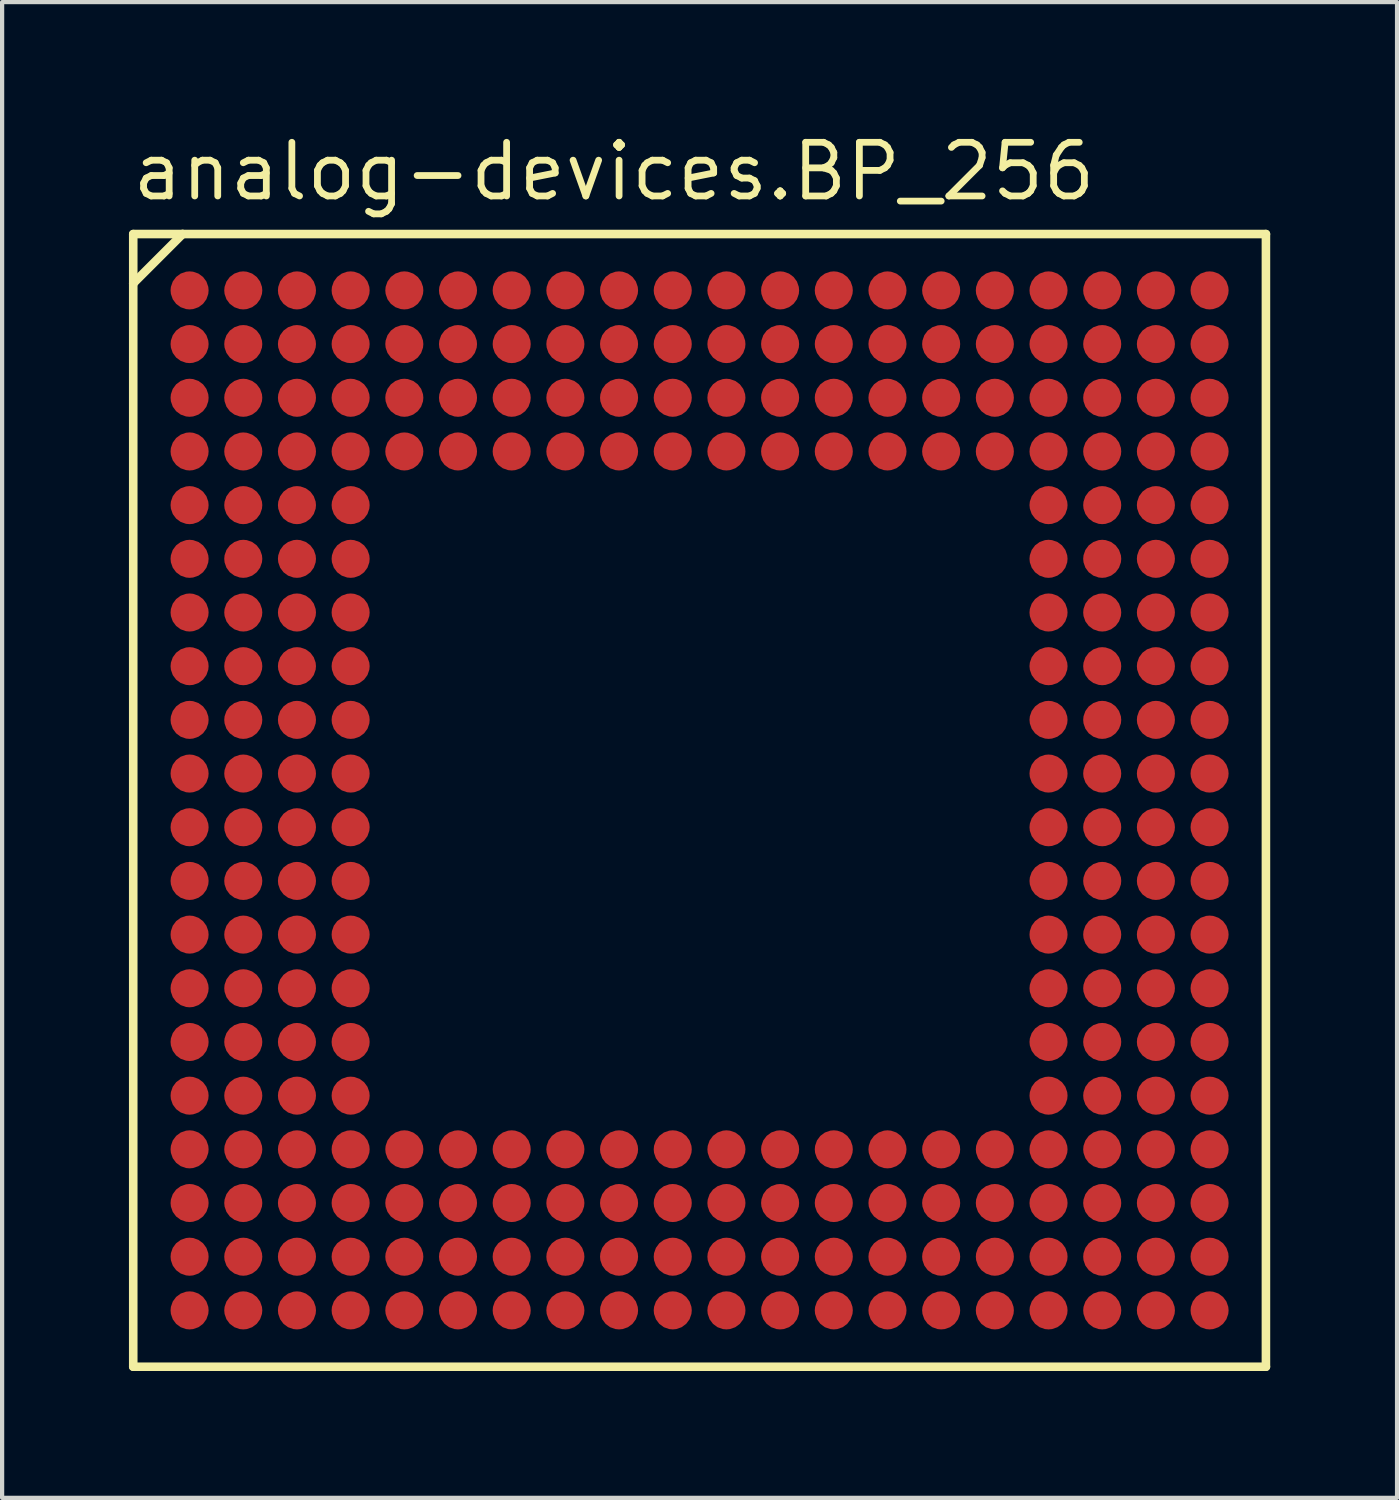
<source format=kicad_pcb>
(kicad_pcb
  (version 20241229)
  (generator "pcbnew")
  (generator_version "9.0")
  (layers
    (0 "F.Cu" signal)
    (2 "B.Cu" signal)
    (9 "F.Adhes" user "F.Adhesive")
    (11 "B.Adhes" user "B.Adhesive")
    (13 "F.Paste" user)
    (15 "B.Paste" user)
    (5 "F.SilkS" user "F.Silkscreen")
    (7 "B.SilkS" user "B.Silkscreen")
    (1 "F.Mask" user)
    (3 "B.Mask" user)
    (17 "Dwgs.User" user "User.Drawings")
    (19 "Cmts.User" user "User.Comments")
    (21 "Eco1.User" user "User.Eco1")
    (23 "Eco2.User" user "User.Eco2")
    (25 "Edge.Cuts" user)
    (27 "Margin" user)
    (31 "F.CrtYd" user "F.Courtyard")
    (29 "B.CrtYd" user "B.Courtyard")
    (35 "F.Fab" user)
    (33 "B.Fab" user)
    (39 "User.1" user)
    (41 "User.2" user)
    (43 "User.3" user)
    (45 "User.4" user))
  (footprint "analog-devices.BP_256"
    (layer "F.Cu")
    (at 13.5 15.885)
    (property "Reference" "analog-devices.BP_256" (at -13.5 -14.135 0) (layer "F.SilkS") (effects (font (size 1.27 1.27) (thickness 0.16)) (justify left bottom)))
    (attr smd)
    (fp_circle (center -12.065 -12.065) (end -11.715 -12.065) (stroke (width 0.1) (type default)) (fill no) (layer "F.Mask"))
    (fp_circle (center -12.065 -10.795) (end -11.715 -10.795) (stroke (width 0.1) (type default)) (fill no) (layer "F.Mask"))
    (fp_circle (center -12.065 -9.525) (end -11.715 -9.525) (stroke (width 0.1) (type default)) (fill no) (layer "F.Mask"))
    (fp_circle (center -12.065 -8.255) (end -11.715 -8.255) (stroke (width 0.1) (type default)) (fill no) (layer "F.Mask"))
    (fp_circle (center -12.065 -6.985) (end -11.715 -6.985) (stroke (width 0.1) (type default)) (fill no) (layer "F.Mask"))
    (fp_circle (center -12.065 -5.715) (end -11.715 -5.715) (stroke (width 0.1) (type default)) (fill no) (layer "F.Mask"))
    (fp_circle (center -12.065 -4.445) (end -11.715 -4.445) (stroke (width 0.1) (type default)) (fill no) (layer "F.Mask"))
    (fp_circle (center -12.065 -3.175) (end -11.715 -3.175) (stroke (width 0.1) (type default)) (fill no) (layer "F.Mask"))
    (fp_circle (center -12.065 -1.905) (end -11.715 -1.905) (stroke (width 0.1) (type default)) (fill no) (layer "F.Mask"))
    (fp_circle (center -12.065 -0.635) (end -11.715 -0.635) (stroke (width 0.1) (type default)) (fill no) (layer "F.Mask"))
    (fp_circle (center -12.065 0.635) (end -11.715 0.635) (stroke (width 0.1) (type default)) (fill no) (layer "F.Mask"))
    (fp_circle (center -12.065 1.905) (end -11.715 1.905) (stroke (width 0.1) (type default)) (fill no) (layer "F.Mask"))
    (fp_circle (center -12.065 3.175) (end -11.715 3.175) (stroke (width 0.1) (type default)) (fill no) (layer "F.Mask"))
    (fp_circle (center -12.065 4.445) (end -11.715 4.445) (stroke (width 0.1) (type default)) (fill no) (layer "F.Mask"))
    (fp_circle (center -12.065 5.715) (end -11.715 5.715) (stroke (width 0.1) (type default)) (fill no) (layer "F.Mask"))
    (fp_circle (center -12.065 6.985) (end -11.715 6.985) (stroke (width 0.1) (type default)) (fill no) (layer "F.Mask"))
    (fp_circle (center -12.065 8.255) (end -11.715 8.255) (stroke (width 0.1) (type default)) (fill no) (layer "F.Mask"))
    (fp_circle (center -12.065 9.525) (end -11.715 9.525) (stroke (width 0.1) (type default)) (fill no) (layer "F.Mask"))
    (fp_circle (center -12.065 10.795) (end -11.715 10.795) (stroke (width 0.1) (type default)) (fill no) (layer "F.Mask"))
    (fp_circle (center -12.065 12.065) (end -11.715 12.065) (stroke (width 0.1) (type default)) (fill no) (layer "F.Mask"))
    (fp_circle (center -10.795 -12.065) (end -10.445 -12.065) (stroke (width 0.1) (type default)) (fill no) (layer "F.Mask"))
    (fp_circle (center -10.795 -10.795) (end -10.445 -10.795) (stroke (width 0.1) (type default)) (fill no) (layer "F.Mask"))
    (fp_circle (center -10.795 -9.525) (end -10.445 -9.525) (stroke (width 0.1) (type default)) (fill no) (layer "F.Mask"))
    (fp_circle (center -10.795 -8.255) (end -10.445 -8.255) (stroke (width 0.1) (type default)) (fill no) (layer "F.Mask"))
    (fp_circle (center -10.795 -6.985) (end -10.445 -6.985) (stroke (width 0.1) (type default)) (fill no) (layer "F.Mask"))
    (fp_circle (center -10.795 -5.715) (end -10.445 -5.715) (stroke (width 0.1) (type default)) (fill no) (layer "F.Mask"))
    (fp_circle (center -10.795 -4.445) (end -10.445 -4.445) (stroke (width 0.1) (type default)) (fill no) (layer "F.Mask"))
    (fp_circle (center -10.795 -3.175) (end -10.445 -3.175) (stroke (width 0.1) (type default)) (fill no) (layer "F.Mask"))
    (fp_circle (center -10.795 -1.905) (end -10.445 -1.905) (stroke (width 0.1) (type default)) (fill no) (layer "F.Mask"))
    (fp_circle (center -10.795 -0.635) (end -10.445 -0.635) (stroke (width 0.1) (type default)) (fill no) (layer "F.Mask"))
    (fp_circle (center -10.795 0.635) (end -10.445 0.635) (stroke (width 0.1) (type default)) (fill no) (layer "F.Mask"))
    (fp_circle (center -10.795 1.905) (end -10.445 1.905) (stroke (width 0.1) (type default)) (fill no) (layer "F.Mask"))
    (fp_circle (center -10.795 3.175) (end -10.445 3.175) (stroke (width 0.1) (type default)) (fill no) (layer "F.Mask"))
    (fp_circle (center -10.795 4.445) (end -10.445 4.445) (stroke (width 0.1) (type default)) (fill no) (layer "F.Mask"))
    (fp_circle (center -10.795 5.715) (end -10.445 5.715) (stroke (width 0.1) (type default)) (fill no) (layer "F.Mask"))
    (fp_circle (center -10.795 6.985) (end -10.445 6.985) (stroke (width 0.1) (type default)) (fill no) (layer "F.Mask"))
    (fp_circle (center -10.795 8.255) (end -10.445 8.255) (stroke (width 0.1) (type default)) (fill no) (layer "F.Mask"))
    (fp_circle (center -10.795 9.525) (end -10.445 9.525) (stroke (width 0.1) (type default)) (fill no) (layer "F.Mask"))
    (fp_circle (center -10.795 10.795) (end -10.445 10.795) (stroke (width 0.1) (type default)) (fill no) (layer "F.Mask"))
    (fp_circle (center -10.795 12.065) (end -10.445 12.065) (stroke (width 0.1) (type default)) (fill no) (layer "F.Mask"))
    (fp_circle (center -9.525 -12.065) (end -9.175 -12.065) (stroke (width 0.1) (type default)) (fill no) (layer "F.Mask"))
    (fp_circle (center -9.525 -10.795) (end -9.175 -10.795) (stroke (width 0.1) (type default)) (fill no) (layer "F.Mask"))
    (fp_circle (center -9.525 -9.525) (end -9.175 -9.525) (stroke (width 0.1) (type default)) (fill no) (layer "F.Mask"))
    (fp_circle (center -9.525 -8.255) (end -9.175 -8.255) (stroke (width 0.1) (type default)) (fill no) (layer "F.Mask"))
    (fp_circle (center -9.525 -6.985) (end -9.175 -6.985) (stroke (width 0.1) (type default)) (fill no) (layer "F.Mask"))
    (fp_circle (center -9.525 -5.715) (end -9.175 -5.715) (stroke (width 0.1) (type default)) (fill no) (layer "F.Mask"))
    (fp_circle (center -9.525 -4.445) (end -9.175 -4.445) (stroke (width 0.1) (type default)) (fill no) (layer "F.Mask"))
    (fp_circle (center -9.525 -3.175) (end -9.175 -3.175) (stroke (width 0.1) (type default)) (fill no) (layer "F.Mask"))
    (fp_circle (center -9.525 -1.905) (end -9.175 -1.905) (stroke (width 0.1) (type default)) (fill no) (layer "F.Mask"))
    (fp_circle (center -9.525 -0.635) (end -9.175 -0.635) (stroke (width 0.1) (type default)) (fill no) (layer "F.Mask"))
    (fp_circle (center -9.525 0.635) (end -9.175 0.635) (stroke (width 0.1) (type default)) (fill no) (layer "F.Mask"))
    (fp_circle (center -9.525 1.905) (end -9.175 1.905) (stroke (width 0.1) (type default)) (fill no) (layer "F.Mask"))
    (fp_circle (center -9.525 3.175) (end -9.175 3.175) (stroke (width 0.1) (type default)) (fill no) (layer "F.Mask"))
    (fp_circle (center -9.525 4.445) (end -9.175 4.445) (stroke (width 0.1) (type default)) (fill no) (layer "F.Mask"))
    (fp_circle (center -9.525 5.715) (end -9.175 5.715) (stroke (width 0.1) (type default)) (fill no) (layer "F.Mask"))
    (fp_circle (center -9.525 6.985) (end -9.175 6.985) (stroke (width 0.1) (type default)) (fill no) (layer "F.Mask"))
    (fp_circle (center -9.525 8.255) (end -9.175 8.255) (stroke (width 0.1) (type default)) (fill no) (layer "F.Mask"))
    (fp_circle (center -9.525 9.525) (end -9.175 9.525) (stroke (width 0.1) (type default)) (fill no) (layer "F.Mask"))
    (fp_circle (center -9.525 10.795) (end -9.175 10.795) (stroke (width 0.1) (type default)) (fill no) (layer "F.Mask"))
    (fp_circle (center -9.525 12.065) (end -9.175 12.065) (stroke (width 0.1) (type default)) (fill no) (layer "F.Mask"))
    (fp_circle (center -8.255 -12.065) (end -7.905 -12.065) (stroke (width 0.1) (type default)) (fill no) (layer "F.Mask"))
    (fp_circle (center -8.255 -10.795) (end -7.905 -10.795) (stroke (width 0.1) (type default)) (fill no) (layer "F.Mask"))
    (fp_circle (center -8.255 -9.525) (end -7.905 -9.525) (stroke (width 0.1) (type default)) (fill no) (layer "F.Mask"))
    (fp_circle (center -8.255 -8.255) (end -7.905 -8.255) (stroke (width 0.1) (type default)) (fill no) (layer "F.Mask"))
    (fp_circle (center -8.255 -6.985) (end -7.905 -6.985) (stroke (width 0.1) (type default)) (fill no) (layer "F.Mask"))
    (fp_circle (center -8.255 -5.715) (end -7.905 -5.715) (stroke (width 0.1) (type default)) (fill no) (layer "F.Mask"))
    (fp_circle (center -8.255 -4.445) (end -7.905 -4.445) (stroke (width 0.1) (type default)) (fill no) (layer "F.Mask"))
    (fp_circle (center -8.255 -3.175) (end -7.905 -3.175) (stroke (width 0.1) (type default)) (fill no) (layer "F.Mask"))
    (fp_circle (center -8.255 -1.905) (end -7.905 -1.905) (stroke (width 0.1) (type default)) (fill no) (layer "F.Mask"))
    (fp_circle (center -8.255 -0.635) (end -7.905 -0.635) (stroke (width 0.1) (type default)) (fill no) (layer "F.Mask"))
    (fp_circle (center -8.255 0.635) (end -7.905 0.635) (stroke (width 0.1) (type default)) (fill no) (layer "F.Mask"))
    (fp_circle (center -8.255 1.905) (end -7.905 1.905) (stroke (width 0.1) (type default)) (fill no) (layer "F.Mask"))
    (fp_circle (center -8.255 3.175) (end -7.905 3.175) (stroke (width 0.1) (type default)) (fill no) (layer "F.Mask"))
    (fp_circle (center -8.255 4.445) (end -7.905 4.445) (stroke (width 0.1) (type default)) (fill no) (layer "F.Mask"))
    (fp_circle (center -8.255 5.715) (end -7.905 5.715) (stroke (width 0.1) (type default)) (fill no) (layer "F.Mask"))
    (fp_circle (center -8.255 6.985) (end -7.905 6.985) (stroke (width 0.1) (type default)) (fill no) (layer "F.Mask"))
    (fp_circle (center -8.255 8.255) (end -7.905 8.255) (stroke (width 0.1) (type default)) (fill no) (layer "F.Mask"))
    (fp_circle (center -8.255 9.525) (end -7.905 9.525) (stroke (width 0.1) (type default)) (fill no) (layer "F.Mask"))
    (fp_circle (center -8.255 10.795) (end -7.905 10.795) (stroke (width 0.1) (type default)) (fill no) (layer "F.Mask"))
    (fp_circle (center -8.255 12.065) (end -7.905 12.065) (stroke (width 0.1) (type default)) (fill no) (layer "F.Mask"))
    (fp_circle (center -6.985 -12.065) (end -6.635 -12.065) (stroke (width 0.1) (type default)) (fill no) (layer "F.Mask"))
    (fp_circle (center -6.985 -10.795) (end -6.635 -10.795) (stroke (width 0.1) (type default)) (fill no) (layer "F.Mask"))
    (fp_circle (center -6.985 -9.525) (end -6.635 -9.525) (stroke (width 0.1) (type default)) (fill no) (layer "F.Mask"))
    (fp_circle (center -6.985 -8.255) (end -6.635 -8.255) (stroke (width 0.1) (type default)) (fill no) (layer "F.Mask"))
    (fp_circle (center -6.985 8.255) (end -6.635 8.255) (stroke (width 0.1) (type default)) (fill no) (layer "F.Mask"))
    (fp_circle (center -6.985 9.525) (end -6.635 9.525) (stroke (width 0.1) (type default)) (fill no) (layer "F.Mask"))
    (fp_circle (center -6.985 10.795) (end -6.635 10.795) (stroke (width 0.1) (type default)) (fill no) (layer "F.Mask"))
    (fp_circle (center -6.985 12.065) (end -6.635 12.065) (stroke (width 0.1) (type default)) (fill no) (layer "F.Mask"))
    (fp_circle (center -5.715 -12.065) (end -5.365 -12.065) (stroke (width 0.1) (type default)) (fill no) (layer "F.Mask"))
    (fp_circle (center -5.715 -10.795) (end -5.365 -10.795) (stroke (width 0.1) (type default)) (fill no) (layer "F.Mask"))
    (fp_circle (center -5.715 -9.525) (end -5.365 -9.525) (stroke (width 0.1) (type default)) (fill no) (layer "F.Mask"))
    (fp_circle (center -5.715 -8.255) (end -5.365 -8.255) (stroke (width 0.1) (type default)) (fill no) (layer "F.Mask"))
    (fp_circle (center -5.715 8.255) (end -5.365 8.255) (stroke (width 0.1) (type default)) (fill no) (layer "F.Mask"))
    (fp_circle (center -5.715 9.525) (end -5.365 9.525) (stroke (width 0.1) (type default)) (fill no) (layer "F.Mask"))
    (fp_circle (center -5.715 10.795) (end -5.365 10.795) (stroke (width 0.1) (type default)) (fill no) (layer "F.Mask"))
    (fp_circle (center -5.715 12.065) (end -5.365 12.065) (stroke (width 0.1) (type default)) (fill no) (layer "F.Mask"))
    (fp_circle (center -4.445 -12.065) (end -4.095 -12.065) (stroke (width 0.1) (type default)) (fill no) (layer "F.Mask"))
    (fp_circle (center -4.445 -10.795) (end -4.095 -10.795) (stroke (width 0.1) (type default)) (fill no) (layer "F.Mask"))
    (fp_circle (center -4.445 -9.525) (end -4.095 -9.525) (stroke (width 0.1) (type default)) (fill no) (layer "F.Mask"))
    (fp_circle (center -4.445 -8.255) (end -4.095 -8.255) (stroke (width 0.1) (type default)) (fill no) (layer "F.Mask"))
    (fp_circle (center -4.445 8.255) (end -4.095 8.255) (stroke (width 0.1) (type default)) (fill no) (layer "F.Mask"))
    (fp_circle (center -4.445 9.525) (end -4.095 9.525) (stroke (width 0.1) (type default)) (fill no) (layer "F.Mask"))
    (fp_circle (center -4.445 10.795) (end -4.095 10.795) (stroke (width 0.1) (type default)) (fill no) (layer "F.Mask"))
    (fp_circle (center -4.445 12.065) (end -4.095 12.065) (stroke (width 0.1) (type default)) (fill no) (layer "F.Mask"))
    (fp_circle (center -3.175 -12.065) (end -2.825 -12.065) (stroke (width 0.1) (type default)) (fill no) (layer "F.Mask"))
    (fp_circle (center -3.175 -10.795) (end -2.825 -10.795) (stroke (width 0.1) (type default)) (fill no) (layer "F.Mask"))
    (fp_circle (center -3.175 -9.525) (end -2.825 -9.525) (stroke (width 0.1) (type default)) (fill no) (layer "F.Mask"))
    (fp_circle (center -3.175 -8.255) (end -2.825 -8.255) (stroke (width 0.1) (type default)) (fill no) (layer "F.Mask"))
    (fp_circle (center -3.175 8.255) (end -2.825 8.255) (stroke (width 0.1) (type default)) (fill no) (layer "F.Mask"))
    (fp_circle (center -3.175 9.525) (end -2.825 9.525) (stroke (width 0.1) (type default)) (fill no) (layer "F.Mask"))
    (fp_circle (center -3.175 10.795) (end -2.825 10.795) (stroke (width 0.1) (type default)) (fill no) (layer "F.Mask"))
    (fp_circle (center -3.175 12.065) (end -2.825 12.065) (stroke (width 0.1) (type default)) (fill no) (layer "F.Mask"))
    (fp_circle (center -1.905 -12.065) (end -1.555 -12.065) (stroke (width 0.1) (type default)) (fill no) (layer "F.Mask"))
    (fp_circle (center -1.905 -10.795) (end -1.555 -10.795) (stroke (width 0.1) (type default)) (fill no) (layer "F.Mask"))
    (fp_circle (center -1.905 -9.525) (end -1.555 -9.525) (stroke (width 0.1) (type default)) (fill no) (layer "F.Mask"))
    (fp_circle (center -1.905 -8.255) (end -1.555 -8.255) (stroke (width 0.1) (type default)) (fill no) (layer "F.Mask"))
    (fp_circle (center -1.905 8.255) (end -1.555 8.255) (stroke (width 0.1) (type default)) (fill no) (layer "F.Mask"))
    (fp_circle (center -1.905 9.525) (end -1.555 9.525) (stroke (width 0.1) (type default)) (fill no) (layer "F.Mask"))
    (fp_circle (center -1.905 10.795) (end -1.555 10.795) (stroke (width 0.1) (type default)) (fill no) (layer "F.Mask"))
    (fp_circle (center -1.905 12.065) (end -1.555 12.065) (stroke (width 0.1) (type default)) (fill no) (layer "F.Mask"))
    (fp_circle (center -0.635 -12.065) (end -0.285 -12.065) (stroke (width 0.1) (type default)) (fill no) (layer "F.Mask"))
    (fp_circle (center -0.635 -10.795) (end -0.285 -10.795) (stroke (width 0.1) (type default)) (fill no) (layer "F.Mask"))
    (fp_circle (center -0.635 -9.525) (end -0.285 -9.525) (stroke (width 0.1) (type default)) (fill no) (layer "F.Mask"))
    (fp_circle (center -0.635 -8.255) (end -0.285 -8.255) (stroke (width 0.1) (type default)) (fill no) (layer "F.Mask"))
    (fp_circle (center -0.635 8.255) (end -0.285 8.255) (stroke (width 0.1) (type default)) (fill no) (layer "F.Mask"))
    (fp_circle (center -0.635 9.525) (end -0.285 9.525) (stroke (width 0.1) (type default)) (fill no) (layer "F.Mask"))
    (fp_circle (center -0.635 10.795) (end -0.285 10.795) (stroke (width 0.1) (type default)) (fill no) (layer "F.Mask"))
    (fp_circle (center -0.635 12.065) (end -0.285 12.065) (stroke (width 0.1) (type default)) (fill no) (layer "F.Mask"))
    (fp_circle (center 0.635 -12.065) (end 0.985 -12.065) (stroke (width 0.1) (type default)) (fill no) (layer "F.Mask"))
    (fp_circle (center 0.635 -10.795) (end 0.985 -10.795) (stroke (width 0.1) (type default)) (fill no) (layer "F.Mask"))
    (fp_circle (center 0.635 -9.525) (end 0.985 -9.525) (stroke (width 0.1) (type default)) (fill no) (layer "F.Mask"))
    (fp_circle (center 0.635 -8.255) (end 0.985 -8.255) (stroke (width 0.1) (type default)) (fill no) (layer "F.Mask"))
    (fp_circle (center 0.635 8.255) (end 0.985 8.255) (stroke (width 0.1) (type default)) (fill no) (layer "F.Mask"))
    (fp_circle (center 0.635 9.525) (end 0.985 9.525) (stroke (width 0.1) (type default)) (fill no) (layer "F.Mask"))
    (fp_circle (center 0.635 10.795) (end 0.985 10.795) (stroke (width 0.1) (type default)) (fill no) (layer "F.Mask"))
    (fp_circle (center 0.635 12.065) (end 0.985 12.065) (stroke (width 0.1) (type default)) (fill no) (layer "F.Mask"))
    (fp_circle (center 1.905 -12.065) (end 2.255 -12.065) (stroke (width 0.1) (type default)) (fill no) (layer "F.Mask"))
    (fp_circle (center 1.905 -10.795) (end 2.255 -10.795) (stroke (width 0.1) (type default)) (fill no) (layer "F.Mask"))
    (fp_circle (center 1.905 -9.525) (end 2.255 -9.525) (stroke (width 0.1) (type default)) (fill no) (layer "F.Mask"))
    (fp_circle (center 1.905 -8.255) (end 2.255 -8.255) (stroke (width 0.1) (type default)) (fill no) (layer "F.Mask"))
    (fp_circle (center 1.905 8.255) (end 2.255 8.255) (stroke (width 0.1) (type default)) (fill no) (layer "F.Mask"))
    (fp_circle (center 1.905 9.525) (end 2.255 9.525) (stroke (width 0.1) (type default)) (fill no) (layer "F.Mask"))
    (fp_circle (center 1.905 10.795) (end 2.255 10.795) (stroke (width 0.1) (type default)) (fill no) (layer "F.Mask"))
    (fp_circle (center 1.905 12.065) (end 2.255 12.065) (stroke (width 0.1) (type default)) (fill no) (layer "F.Mask"))
    (fp_circle (center 3.175 -12.065) (end 3.525 -12.065) (stroke (width 0.1) (type default)) (fill no) (layer "F.Mask"))
    (fp_circle (center 3.175 -10.795) (end 3.525 -10.795) (stroke (width 0.1) (type default)) (fill no) (layer "F.Mask"))
    (fp_circle (center 3.175 -9.525) (end 3.525 -9.525) (stroke (width 0.1) (type default)) (fill no) (layer "F.Mask"))
    (fp_circle (center 3.175 -8.255) (end 3.525 -8.255) (stroke (width 0.1) (type default)) (fill no) (layer "F.Mask"))
    (fp_circle (center 3.175 8.255) (end 3.525 8.255) (stroke (width 0.1) (type default)) (fill no) (layer "F.Mask"))
    (fp_circle (center 3.175 9.525) (end 3.525 9.525) (stroke (width 0.1) (type default)) (fill no) (layer "F.Mask"))
    (fp_circle (center 3.175 10.795) (end 3.525 10.795) (stroke (width 0.1) (type default)) (fill no) (layer "F.Mask"))
    (fp_circle (center 3.175 12.065) (end 3.525 12.065) (stroke (width 0.1) (type default)) (fill no) (layer "F.Mask"))
    (fp_circle (center 4.445 -12.065) (end 4.795 -12.065) (stroke (width 0.1) (type default)) (fill no) (layer "F.Mask"))
    (fp_circle (center 4.445 -10.795) (end 4.795 -10.795) (stroke (width 0.1) (type default)) (fill no) (layer "F.Mask"))
    (fp_circle (center 4.445 -9.525) (end 4.795 -9.525) (stroke (width 0.1) (type default)) (fill no) (layer "F.Mask"))
    (fp_circle (center 4.445 -8.255) (end 4.795 -8.255) (stroke (width 0.1) (type default)) (fill no) (layer "F.Mask"))
    (fp_circle (center 4.445 8.255) (end 4.795 8.255) (stroke (width 0.1) (type default)) (fill no) (layer "F.Mask"))
    (fp_circle (center 4.445 9.525) (end 4.795 9.525) (stroke (width 0.1) (type default)) (fill no) (layer "F.Mask"))
    (fp_circle (center 4.445 10.795) (end 4.795 10.795) (stroke (width 0.1) (type default)) (fill no) (layer "F.Mask"))
    (fp_circle (center 4.445 12.065) (end 4.795 12.065) (stroke (width 0.1) (type default)) (fill no) (layer "F.Mask"))
    (fp_circle (center 5.715 -12.065) (end 6.065 -12.065) (stroke (width 0.1) (type default)) (fill no) (layer "F.Mask"))
    (fp_circle (center 5.715 -10.795) (end 6.065 -10.795) (stroke (width 0.1) (type default)) (fill no) (layer "F.Mask"))
    (fp_circle (center 5.715 -9.525) (end 6.065 -9.525) (stroke (width 0.1) (type default)) (fill no) (layer "F.Mask"))
    (fp_circle (center 5.715 -8.255) (end 6.065 -8.255) (stroke (width 0.1) (type default)) (fill no) (layer "F.Mask"))
    (fp_circle (center 5.715 8.255) (end 6.065 8.255) (stroke (width 0.1) (type default)) (fill no) (layer "F.Mask"))
    (fp_circle (center 5.715 9.525) (end 6.065 9.525) (stroke (width 0.1) (type default)) (fill no) (layer "F.Mask"))
    (fp_circle (center 5.715 10.795) (end 6.065 10.795) (stroke (width 0.1) (type default)) (fill no) (layer "F.Mask"))
    (fp_circle (center 5.715 12.065) (end 6.065 12.065) (stroke (width 0.1) (type default)) (fill no) (layer "F.Mask"))
    (fp_circle (center 6.985 -12.065) (end 7.335 -12.065) (stroke (width 0.1) (type default)) (fill no) (layer "F.Mask"))
    (fp_circle (center 6.985 -10.795) (end 7.335 -10.795) (stroke (width 0.1) (type default)) (fill no) (layer "F.Mask"))
    (fp_circle (center 6.985 -9.525) (end 7.335 -9.525) (stroke (width 0.1) (type default)) (fill no) (layer "F.Mask"))
    (fp_circle (center 6.985 -8.255) (end 7.335 -8.255) (stroke (width 0.1) (type default)) (fill no) (layer "F.Mask"))
    (fp_circle (center 6.985 8.255) (end 7.335 8.255) (stroke (width 0.1) (type default)) (fill no) (layer "F.Mask"))
    (fp_circle (center 6.985 9.525) (end 7.335 9.525) (stroke (width 0.1) (type default)) (fill no) (layer "F.Mask"))
    (fp_circle (center 6.985 10.795) (end 7.335 10.795) (stroke (width 0.1) (type default)) (fill no) (layer "F.Mask"))
    (fp_circle (center 6.985 12.065) (end 7.335 12.065) (stroke (width 0.1) (type default)) (fill no) (layer "F.Mask"))
    (fp_circle (center 8.255 -12.065) (end 8.605 -12.065) (stroke (width 0.1) (type default)) (fill no) (layer "F.Mask"))
    (fp_circle (center 8.255 -10.795) (end 8.605 -10.795) (stroke (width 0.1) (type default)) (fill no) (layer "F.Mask"))
    (fp_circle (center 8.255 -9.525) (end 8.605 -9.525) (stroke (width 0.1) (type default)) (fill no) (layer "F.Mask"))
    (fp_circle (center 8.255 -8.255) (end 8.605 -8.255) (stroke (width 0.1) (type default)) (fill no) (layer "F.Mask"))
    (fp_circle (center 8.255 -6.985) (end 8.605 -6.985) (stroke (width 0.1) (type default)) (fill no) (layer "F.Mask"))
    (fp_circle (center 8.255 -5.715) (end 8.605 -5.715) (stroke (width 0.1) (type default)) (fill no) (layer "F.Mask"))
    (fp_circle (center 8.255 -4.445) (end 8.605 -4.445) (stroke (width 0.1) (type default)) (fill no) (layer "F.Mask"))
    (fp_circle (center 8.255 -3.175) (end 8.605 -3.175) (stroke (width 0.1) (type default)) (fill no) (layer "F.Mask"))
    (fp_circle (center 8.255 -1.905) (end 8.605 -1.905) (stroke (width 0.1) (type default)) (fill no) (layer "F.Mask"))
    (fp_circle (center 8.255 -0.635) (end 8.605 -0.635) (stroke (width 0.1) (type default)) (fill no) (layer "F.Mask"))
    (fp_circle (center 8.255 0.635) (end 8.605 0.635) (stroke (width 0.1) (type default)) (fill no) (layer "F.Mask"))
    (fp_circle (center 8.255 1.905) (end 8.605 1.905) (stroke (width 0.1) (type default)) (fill no) (layer "F.Mask"))
    (fp_circle (center 8.255 3.175) (end 8.605 3.175) (stroke (width 0.1) (type default)) (fill no) (layer "F.Mask"))
    (fp_circle (center 8.255 4.445) (end 8.605 4.445) (stroke (width 0.1) (type default)) (fill no) (layer "F.Mask"))
    (fp_circle (center 8.255 5.715) (end 8.605 5.715) (stroke (width 0.1) (type default)) (fill no) (layer "F.Mask"))
    (fp_circle (center 8.255 6.985) (end 8.605 6.985) (stroke (width 0.1) (type default)) (fill no) (layer "F.Mask"))
    (fp_circle (center 8.255 8.255) (end 8.605 8.255) (stroke (width 0.1) (type default)) (fill no) (layer "F.Mask"))
    (fp_circle (center 8.255 9.525) (end 8.605 9.525) (stroke (width 0.1) (type default)) (fill no) (layer "F.Mask"))
    (fp_circle (center 8.255 10.795) (end 8.605 10.795) (stroke (width 0.1) (type default)) (fill no) (layer "F.Mask"))
    (fp_circle (center 8.255 12.065) (end 8.605 12.065) (stroke (width 0.1) (type default)) (fill no) (layer "F.Mask"))
    (fp_circle (center 9.525 -12.065) (end 9.875 -12.065) (stroke (width 0.1) (type default)) (fill no) (layer "F.Mask"))
    (fp_circle (center 9.525 -10.795) (end 9.875 -10.795) (stroke (width 0.1) (type default)) (fill no) (layer "F.Mask"))
    (fp_circle (center 9.525 -9.525) (end 9.875 -9.525) (stroke (width 0.1) (type default)) (fill no) (layer "F.Mask"))
    (fp_circle (center 9.525 -8.255) (end 9.875 -8.255) (stroke (width 0.1) (type default)) (fill no) (layer "F.Mask"))
    (fp_circle (center 9.525 -6.985) (end 9.875 -6.985) (stroke (width 0.1) (type default)) (fill no) (layer "F.Mask"))
    (fp_circle (center 9.525 -5.715) (end 9.875 -5.715) (stroke (width 0.1) (type default)) (fill no) (layer "F.Mask"))
    (fp_circle (center 9.525 -4.445) (end 9.875 -4.445) (stroke (width 0.1) (type default)) (fill no) (layer "F.Mask"))
    (fp_circle (center 9.525 -3.175) (end 9.875 -3.175) (stroke (width 0.1) (type default)) (fill no) (layer "F.Mask"))
    (fp_circle (center 9.525 -1.905) (end 9.875 -1.905) (stroke (width 0.1) (type default)) (fill no) (layer "F.Mask"))
    (fp_circle (center 9.525 -0.635) (end 9.875 -0.635) (stroke (width 0.1) (type default)) (fill no) (layer "F.Mask"))
    (fp_circle (center 9.525 0.635) (end 9.875 0.635) (stroke (width 0.1) (type default)) (fill no) (layer "F.Mask"))
    (fp_circle (center 9.525 1.905) (end 9.875 1.905) (stroke (width 0.1) (type default)) (fill no) (layer "F.Mask"))
    (fp_circle (center 9.525 3.175) (end 9.875 3.175) (stroke (width 0.1) (type default)) (fill no) (layer "F.Mask"))
    (fp_circle (center 9.525 4.445) (end 9.875 4.445) (stroke (width 0.1) (type default)) (fill no) (layer "F.Mask"))
    (fp_circle (center 9.525 5.715) (end 9.875 5.715) (stroke (width 0.1) (type default)) (fill no) (layer "F.Mask"))
    (fp_circle (center 9.525 6.985) (end 9.875 6.985) (stroke (width 0.1) (type default)) (fill no) (layer "F.Mask"))
    (fp_circle (center 9.525 8.255) (end 9.875 8.255) (stroke (width 0.1) (type default)) (fill no) (layer "F.Mask"))
    (fp_circle (center 9.525 9.525) (end 9.875 9.525) (stroke (width 0.1) (type default)) (fill no) (layer "F.Mask"))
    (fp_circle (center 9.525 10.795) (end 9.875 10.795) (stroke (width 0.1) (type default)) (fill no) (layer "F.Mask"))
    (fp_circle (center 9.525 12.065) (end 9.875 12.065) (stroke (width 0.1) (type default)) (fill no) (layer "F.Mask"))
    (fp_circle (center 10.795 -12.065) (end 11.145 -12.065) (stroke (width 0.1) (type default)) (fill no) (layer "F.Mask"))
    (fp_circle (center 10.795 -10.795) (end 11.145 -10.795) (stroke (width 0.1) (type default)) (fill no) (layer "F.Mask"))
    (fp_circle (center 10.795 -9.525) (end 11.145 -9.525) (stroke (width 0.1) (type default)) (fill no) (layer "F.Mask"))
    (fp_circle (center 10.795 -8.255) (end 11.145 -8.255) (stroke (width 0.1) (type default)) (fill no) (layer "F.Mask"))
    (fp_circle (center 10.795 -6.985) (end 11.145 -6.985) (stroke (width 0.1) (type default)) (fill no) (layer "F.Mask"))
    (fp_circle (center 10.795 -5.715) (end 11.145 -5.715) (stroke (width 0.1) (type default)) (fill no) (layer "F.Mask"))
    (fp_circle (center 10.795 -4.445) (end 11.145 -4.445) (stroke (width 0.1) (type default)) (fill no) (layer "F.Mask"))
    (fp_circle (center 10.795 -3.175) (end 11.145 -3.175) (stroke (width 0.1) (type default)) (fill no) (layer "F.Mask"))
    (fp_circle (center 10.795 -1.905) (end 11.145 -1.905) (stroke (width 0.1) (type default)) (fill no) (layer "F.Mask"))
    (fp_circle (center 10.795 -0.635) (end 11.145 -0.635) (stroke (width 0.1) (type default)) (fill no) (layer "F.Mask"))
    (fp_circle (center 10.795 0.635) (end 11.145 0.635) (stroke (width 0.1) (type default)) (fill no) (layer "F.Mask"))
    (fp_circle (center 10.795 1.905) (end 11.145 1.905) (stroke (width 0.1) (type default)) (fill no) (layer "F.Mask"))
    (fp_circle (center 10.795 3.175) (end 11.145 3.175) (stroke (width 0.1) (type default)) (fill no) (layer "F.Mask"))
    (fp_circle (center 10.795 4.445) (end 11.145 4.445) (stroke (width 0.1) (type default)) (fill no) (layer "F.Mask"))
    (fp_circle (center 10.795 5.715) (end 11.145 5.715) (stroke (width 0.1) (type default)) (fill no) (layer "F.Mask"))
    (fp_circle (center 10.795 6.985) (end 11.145 6.985) (stroke (width 0.1) (type default)) (fill no) (layer "F.Mask"))
    (fp_circle (center 10.795 8.255) (end 11.145 8.255) (stroke (width 0.1) (type default)) (fill no) (layer "F.Mask"))
    (fp_circle (center 10.795 9.525) (end 11.145 9.525) (stroke (width 0.1) (type default)) (fill no) (layer "F.Mask"))
    (fp_circle (center 10.795 10.795) (end 11.145 10.795) (stroke (width 0.1) (type default)) (fill no) (layer "F.Mask"))
    (fp_circle (center 10.795 12.065) (end 11.145 12.065) (stroke (width 0.1) (type default)) (fill no) (layer "F.Mask"))
    (fp_circle (center 12.065 -12.065) (end 12.415 -12.065) (stroke (width 0.1) (type default)) (fill no) (layer "F.Mask"))
    (fp_circle (center 12.065 -10.795) (end 12.415 -10.795) (stroke (width 0.1) (type default)) (fill no) (layer "F.Mask"))
    (fp_circle (center 12.065 -9.525) (end 12.415 -9.525) (stroke (width 0.1) (type default)) (fill no) (layer "F.Mask"))
    (fp_circle (center 12.065 -8.255) (end 12.415 -8.255) (stroke (width 0.1) (type default)) (fill no) (layer "F.Mask"))
    (fp_circle (center 12.065 -6.985) (end 12.415 -6.985) (stroke (width 0.1) (type default)) (fill no) (layer "F.Mask"))
    (fp_circle (center 12.065 -5.715) (end 12.415 -5.715) (stroke (width 0.1) (type default)) (fill no) (layer "F.Mask"))
    (fp_circle (center 12.065 -4.445) (end 12.415 -4.445) (stroke (width 0.1) (type default)) (fill no) (layer "F.Mask"))
    (fp_circle (center 12.065 -3.175) (end 12.415 -3.175) (stroke (width 0.1) (type default)) (fill no) (layer "F.Mask"))
    (fp_circle (center 12.065 -1.905) (end 12.415 -1.905) (stroke (width 0.1) (type default)) (fill no) (layer "F.Mask"))
    (fp_circle (center 12.065 -0.635) (end 12.415 -0.635) (stroke (width 0.1) (type default)) (fill no) (layer "F.Mask"))
    (fp_circle (center 12.065 0.635) (end 12.415 0.635) (stroke (width 0.1) (type default)) (fill no) (layer "F.Mask"))
    (fp_circle (center 12.065 1.905) (end 12.415 1.905) (stroke (width 0.1) (type default)) (fill no) (layer "F.Mask"))
    (fp_circle (center 12.065 3.175) (end 12.415 3.175) (stroke (width 0.1) (type default)) (fill no) (layer "F.Mask"))
    (fp_circle (center 12.065 4.445) (end 12.415 4.445) (stroke (width 0.1) (type default)) (fill no) (layer "F.Mask"))
    (fp_circle (center 12.065 5.715) (end 12.415 5.715) (stroke (width 0.1) (type default)) (fill no) (layer "F.Mask"))
    (fp_circle (center 12.065 6.985) (end 12.415 6.985) (stroke (width 0.1) (type default)) (fill no) (layer "F.Mask"))
    (fp_circle (center 12.065 8.255) (end 12.415 8.255) (stroke (width 0.1) (type default)) (fill no) (layer "F.Mask"))
    (fp_circle (center 12.065 9.525) (end 12.415 9.525) (stroke (width 0.1) (type default)) (fill no) (layer "F.Mask"))
    (fp_circle (center 12.065 10.795) (end 12.415 10.795) (stroke (width 0.1) (type default)) (fill no) (layer "F.Mask"))
    (fp_circle (center 12.065 12.065) (end 12.415 12.065) (stroke (width 0.1) (type default)) (fill no) (layer "F.Mask"))
    (fp_line (start -13.398 -13.398) (end -13.398 -12.23) (stroke (width 0.203) (type default)) (layer "F.SilkS"))
    (fp_line (start -13.398 -12.23) (end -13.398 13.398) (stroke (width 0.203) (type default)) (layer "F.SilkS"))
    (fp_line (start -13.398 -12.23) (end -12.23 -13.398) (stroke (width 0.203) (type default)) (layer "F.SilkS"))
    (fp_line (start -13.398 13.398) (end 13.398 13.398) (stroke (width 0.203) (type default)) (layer "F.SilkS"))
    (fp_line (start -12.23 -13.398) (end -13.398 -13.398) (stroke (width 0.203) (type default)) (layer "F.SilkS"))
    (fp_line (start 13.398 -13.398) (end -12.23 -13.398) (stroke (width 0.203) (type default)) (layer "F.SilkS"))
    (fp_line (start 13.398 13.398) (end 13.398 -13.398) (stroke (width 0.203) (type default)) (layer "F.SilkS"))
    (pad "A1" smd roundrect (at -12.065 -12.065) (size 0.9 0.9) (layers "F.Cu" "F.Mask" "F.Paste") (roundrect_rratio 0.5))
    (pad "A2" smd roundrect (at -10.795 -12.065) (size 0.9 0.9) (layers "F.Cu" "F.Mask" "F.Paste") (roundrect_rratio 0.5))
    (pad "A3" smd roundrect (at -9.525 -12.065) (size 0.9 0.9) (layers "F.Cu" "F.Mask" "F.Paste") (roundrect_rratio 0.5))
    (pad "A4" smd roundrect (at -8.255 -12.065) (size 0.9 0.9) (layers "F.Cu" "F.Mask" "F.Paste") (roundrect_rratio 0.5))
    (pad "A5" smd roundrect (at -6.985 -12.065) (size 0.9 0.9) (layers "F.Cu" "F.Mask" "F.Paste") (roundrect_rratio 0.5))
    (pad "A6" smd roundrect (at -5.715 -12.065) (size 0.9 0.9) (layers "F.Cu" "F.Mask" "F.Paste") (roundrect_rratio 0.5))
    (pad "A7" smd roundrect (at -4.445 -12.065) (size 0.9 0.9) (layers "F.Cu" "F.Mask" "F.Paste") (roundrect_rratio 0.5))
    (pad "A8" smd roundrect (at -3.175 -12.065) (size 0.9 0.9) (layers "F.Cu" "F.Mask" "F.Paste") (roundrect_rratio 0.5))
    (pad "A9" smd roundrect (at -1.905 -12.065) (size 0.9 0.9) (layers "F.Cu" "F.Mask" "F.Paste") (roundrect_rratio 0.5))
    (pad "A10" smd roundrect (at -0.635 -12.065) (size 0.9 0.9) (layers "F.Cu" "F.Mask" "F.Paste") (roundrect_rratio 0.5))
    (pad "A11" smd roundrect (at 0.635 -12.065) (size 0.9 0.9) (layers "F.Cu" "F.Mask" "F.Paste") (roundrect_rratio 0.5))
    (pad "A12" smd roundrect (at 1.905 -12.065) (size 0.9 0.9) (layers "F.Cu" "F.Mask" "F.Paste") (roundrect_rratio 0.5))
    (pad "A13" smd roundrect (at 3.175 -12.065) (size 0.9 0.9) (layers "F.Cu" "F.Mask" "F.Paste") (roundrect_rratio 0.5))
    (pad "A14" smd roundrect (at 4.445 -12.065) (size 0.9 0.9) (layers "F.Cu" "F.Mask" "F.Paste") (roundrect_rratio 0.5))
    (pad "A15" smd roundrect (at 5.715 -12.065) (size 0.9 0.9) (layers "F.Cu" "F.Mask" "F.Paste") (roundrect_rratio 0.5))
    (pad "A16" smd roundrect (at 6.985 -12.065) (size 0.9 0.9) (layers "F.Cu" "F.Mask" "F.Paste") (roundrect_rratio 0.5))
    (pad "A17" smd roundrect (at 8.255 -12.065) (size 0.9 0.9) (layers "F.Cu" "F.Mask" "F.Paste") (roundrect_rratio 0.5))
    (pad "A18" smd roundrect (at 9.525 -12.065) (size 0.9 0.9) (layers "F.Cu" "F.Mask" "F.Paste") (roundrect_rratio 0.5))
    (pad "A19" smd roundrect (at 10.795 -12.065) (size 0.9 0.9) (layers "F.Cu" "F.Mask" "F.Paste") (roundrect_rratio 0.5))
    (pad "A20" smd roundrect (at 12.065 -12.065) (size 0.9 0.9) (layers "F.Cu" "F.Mask" "F.Paste") (roundrect_rratio 0.5))
    (pad "B1" smd roundrect (at -12.065 -10.795) (size 0.9 0.9) (layers "F.Cu" "F.Mask" "F.Paste") (roundrect_rratio 0.5))
    (pad "B2" smd roundrect (at -10.795 -10.795) (size 0.9 0.9) (layers "F.Cu" "F.Mask" "F.Paste") (roundrect_rratio 0.5))
    (pad "B3" smd roundrect (at -9.525 -10.795) (size 0.9 0.9) (layers "F.Cu" "F.Mask" "F.Paste") (roundrect_rratio 0.5))
    (pad "B4" smd roundrect (at -8.255 -10.795) (size 0.9 0.9) (layers "F.Cu" "F.Mask" "F.Paste") (roundrect_rratio 0.5))
    (pad "B5" smd roundrect (at -6.985 -10.795) (size 0.9 0.9) (layers "F.Cu" "F.Mask" "F.Paste") (roundrect_rratio 0.5))
    (pad "B6" smd roundrect (at -5.715 -10.795) (size 0.9 0.9) (layers "F.Cu" "F.Mask" "F.Paste") (roundrect_rratio 0.5))
    (pad "B7" smd roundrect (at -4.445 -10.795) (size 0.9 0.9) (layers "F.Cu" "F.Mask" "F.Paste") (roundrect_rratio 0.5))
    (pad "B8" smd roundrect (at -3.175 -10.795) (size 0.9 0.9) (layers "F.Cu" "F.Mask" "F.Paste") (roundrect_rratio 0.5))
    (pad "B9" smd roundrect (at -1.905 -10.795) (size 0.9 0.9) (layers "F.Cu" "F.Mask" "F.Paste") (roundrect_rratio 0.5))
    (pad "B10" smd roundrect (at -0.635 -10.795) (size 0.9 0.9) (layers "F.Cu" "F.Mask" "F.Paste") (roundrect_rratio 0.5))
    (pad "B11" smd roundrect (at 0.635 -10.795) (size 0.9 0.9) (layers "F.Cu" "F.Mask" "F.Paste") (roundrect_rratio 0.5))
    (pad "B12" smd roundrect (at 1.905 -10.795) (size 0.9 0.9) (layers "F.Cu" "F.Mask" "F.Paste") (roundrect_rratio 0.5))
    (pad "B13" smd roundrect (at 3.175 -10.795) (size 0.9 0.9) (layers "F.Cu" "F.Mask" "F.Paste") (roundrect_rratio 0.5))
    (pad "B14" smd roundrect (at 4.445 -10.795) (size 0.9 0.9) (layers "F.Cu" "F.Mask" "F.Paste") (roundrect_rratio 0.5))
    (pad "B15" smd roundrect (at 5.715 -10.795) (size 0.9 0.9) (layers "F.Cu" "F.Mask" "F.Paste") (roundrect_rratio 0.5))
    (pad "B16" smd roundrect (at 6.985 -10.795) (size 0.9 0.9) (layers "F.Cu" "F.Mask" "F.Paste") (roundrect_rratio 0.5))
    (pad "B17" smd roundrect (at 8.255 -10.795) (size 0.9 0.9) (layers "F.Cu" "F.Mask" "F.Paste") (roundrect_rratio 0.5))
    (pad "B18" smd roundrect (at 9.525 -10.795) (size 0.9 0.9) (layers "F.Cu" "F.Mask" "F.Paste") (roundrect_rratio 0.5))
    (pad "B19" smd roundrect (at 10.795 -10.795) (size 0.9 0.9) (layers "F.Cu" "F.Mask" "F.Paste") (roundrect_rratio 0.5))
    (pad "B20" smd roundrect (at 12.065 -10.795) (size 0.9 0.9) (layers "F.Cu" "F.Mask" "F.Paste") (roundrect_rratio 0.5))
    (pad "C1" smd roundrect (at -12.065 -9.525) (size 0.9 0.9) (layers "F.Cu" "F.Mask" "F.Paste") (roundrect_rratio 0.5))
    (pad "C2" smd roundrect (at -10.795 -9.525) (size 0.9 0.9) (layers "F.Cu" "F.Mask" "F.Paste") (roundrect_rratio 0.5))
    (pad "C3" smd roundrect (at -9.525 -9.525) (size 0.9 0.9) (layers "F.Cu" "F.Mask" "F.Paste") (roundrect_rratio 0.5))
    (pad "C4" smd roundrect (at -8.255 -9.525) (size 0.9 0.9) (layers "F.Cu" "F.Mask" "F.Paste") (roundrect_rratio 0.5))
    (pad "C5" smd roundrect (at -6.985 -9.525) (size 0.9 0.9) (layers "F.Cu" "F.Mask" "F.Paste") (roundrect_rratio 0.5))
    (pad "C6" smd roundrect (at -5.715 -9.525) (size 0.9 0.9) (layers "F.Cu" "F.Mask" "F.Paste") (roundrect_rratio 0.5))
    (pad "C7" smd roundrect (at -4.445 -9.525) (size 0.9 0.9) (layers "F.Cu" "F.Mask" "F.Paste") (roundrect_rratio 0.5))
    (pad "C8" smd roundrect (at -3.175 -9.525) (size 0.9 0.9) (layers "F.Cu" "F.Mask" "F.Paste") (roundrect_rratio 0.5))
    (pad "C9" smd roundrect (at -1.905 -9.525) (size 0.9 0.9) (layers "F.Cu" "F.Mask" "F.Paste") (roundrect_rratio 0.5))
    (pad "C10" smd roundrect (at -0.635 -9.525) (size 0.9 0.9) (layers "F.Cu" "F.Mask" "F.Paste") (roundrect_rratio 0.5))
    (pad "C11" smd roundrect (at 0.635 -9.525) (size 0.9 0.9) (layers "F.Cu" "F.Mask" "F.Paste") (roundrect_rratio 0.5))
    (pad "C12" smd roundrect (at 1.905 -9.525) (size 0.9 0.9) (layers "F.Cu" "F.Mask" "F.Paste") (roundrect_rratio 0.5))
    (pad "C13" smd roundrect (at 3.175 -9.525) (size 0.9 0.9) (layers "F.Cu" "F.Mask" "F.Paste") (roundrect_rratio 0.5))
    (pad "C14" smd roundrect (at 4.445 -9.525) (size 0.9 0.9) (layers "F.Cu" "F.Mask" "F.Paste") (roundrect_rratio 0.5))
    (pad "C15" smd roundrect (at 5.715 -9.525) (size 0.9 0.9) (layers "F.Cu" "F.Mask" "F.Paste") (roundrect_rratio 0.5))
    (pad "C16" smd roundrect (at 6.985 -9.525) (size 0.9 0.9) (layers "F.Cu" "F.Mask" "F.Paste") (roundrect_rratio 0.5))
    (pad "C17" smd roundrect (at 8.255 -9.525) (size 0.9 0.9) (layers "F.Cu" "F.Mask" "F.Paste") (roundrect_rratio 0.5))
    (pad "C18" smd roundrect (at 9.525 -9.525) (size 0.9 0.9) (layers "F.Cu" "F.Mask" "F.Paste") (roundrect_rratio 0.5))
    (pad "C19" smd roundrect (at 10.795 -9.525) (size 0.9 0.9) (layers "F.Cu" "F.Mask" "F.Paste") (roundrect_rratio 0.5))
    (pad "C20" smd roundrect (at 12.065 -9.525) (size 0.9 0.9) (layers "F.Cu" "F.Mask" "F.Paste") (roundrect_rratio 0.5))
    (pad "D1" smd roundrect (at -12.065 -8.255) (size 0.9 0.9) (layers "F.Cu" "F.Mask" "F.Paste") (roundrect_rratio 0.5))
    (pad "D2" smd roundrect (at -10.795 -8.255) (size 0.9 0.9) (layers "F.Cu" "F.Mask" "F.Paste") (roundrect_rratio 0.5))
    (pad "D3" smd roundrect (at -9.525 -8.255) (size 0.9 0.9) (layers "F.Cu" "F.Mask" "F.Paste") (roundrect_rratio 0.5))
    (pad "D4" smd roundrect (at -8.255 -8.255) (size 0.9 0.9) (layers "F.Cu" "F.Mask" "F.Paste") (roundrect_rratio 0.5))
    (pad "D5" smd roundrect (at -6.985 -8.255) (size 0.9 0.9) (layers "F.Cu" "F.Mask" "F.Paste") (roundrect_rratio 0.5))
    (pad "D6" smd roundrect (at -5.715 -8.255) (size 0.9 0.9) (layers "F.Cu" "F.Mask" "F.Paste") (roundrect_rratio 0.5))
    (pad "D7" smd roundrect (at -4.445 -8.255) (size 0.9 0.9) (layers "F.Cu" "F.Mask" "F.Paste") (roundrect_rratio 0.5))
    (pad "D8" smd roundrect (at -3.175 -8.255) (size 0.9 0.9) (layers "F.Cu" "F.Mask" "F.Paste") (roundrect_rratio 0.5))
    (pad "D9" smd roundrect (at -1.905 -8.255) (size 0.9 0.9) (layers "F.Cu" "F.Mask" "F.Paste") (roundrect_rratio 0.5))
    (pad "D10" smd roundrect (at -0.635 -8.255) (size 0.9 0.9) (layers "F.Cu" "F.Mask" "F.Paste") (roundrect_rratio 0.5))
    (pad "D11" smd roundrect (at 0.635 -8.255) (size 0.9 0.9) (layers "F.Cu" "F.Mask" "F.Paste") (roundrect_rratio 0.5))
    (pad "D12" smd roundrect (at 1.905 -8.255) (size 0.9 0.9) (layers "F.Cu" "F.Mask" "F.Paste") (roundrect_rratio 0.5))
    (pad "D13" smd roundrect (at 3.175 -8.255) (size 0.9 0.9) (layers "F.Cu" "F.Mask" "F.Paste") (roundrect_rratio 0.5))
    (pad "D14" smd roundrect (at 4.445 -8.255) (size 0.9 0.9) (layers "F.Cu" "F.Mask" "F.Paste") (roundrect_rratio 0.5))
    (pad "D15" smd roundrect (at 5.715 -8.255) (size 0.9 0.9) (layers "F.Cu" "F.Mask" "F.Paste") (roundrect_rratio 0.5))
    (pad "D16" smd roundrect (at 6.985 -8.255) (size 0.9 0.9) (layers "F.Cu" "F.Mask" "F.Paste") (roundrect_rratio 0.5))
    (pad "D17" smd roundrect (at 8.255 -8.255) (size 0.9 0.9) (layers "F.Cu" "F.Mask" "F.Paste") (roundrect_rratio 0.5))
    (pad "D18" smd roundrect (at 9.525 -8.255) (size 0.9 0.9) (layers "F.Cu" "F.Mask" "F.Paste") (roundrect_rratio 0.5))
    (pad "D19" smd roundrect (at 10.795 -8.255) (size 0.9 0.9) (layers "F.Cu" "F.Mask" "F.Paste") (roundrect_rratio 0.5))
    (pad "D20" smd roundrect (at 12.065 -8.255) (size 0.9 0.9) (layers "F.Cu" "F.Mask" "F.Paste") (roundrect_rratio 0.5))
    (pad "E1" smd roundrect (at -12.065 -6.985) (size 0.9 0.9) (layers "F.Cu" "F.Mask" "F.Paste") (roundrect_rratio 0.5))
    (pad "E2" smd roundrect (at -10.795 -6.985) (size 0.9 0.9) (layers "F.Cu" "F.Mask" "F.Paste") (roundrect_rratio 0.5))
    (pad "E3" smd roundrect (at -9.525 -6.985) (size 0.9 0.9) (layers "F.Cu" "F.Mask" "F.Paste") (roundrect_rratio 0.5))
    (pad "E4" smd roundrect (at -8.255 -6.985) (size 0.9 0.9) (layers "F.Cu" "F.Mask" "F.Paste") (roundrect_rratio 0.5))
    (pad "E17" smd roundrect (at 8.255 -6.985) (size 0.9 0.9) (layers "F.Cu" "F.Mask" "F.Paste") (roundrect_rratio 0.5))
    (pad "E18" smd roundrect (at 9.525 -6.985) (size 0.9 0.9) (layers "F.Cu" "F.Mask" "F.Paste") (roundrect_rratio 0.5))
    (pad "E19" smd roundrect (at 10.795 -6.985) (size 0.9 0.9) (layers "F.Cu" "F.Mask" "F.Paste") (roundrect_rratio 0.5))
    (pad "E20" smd roundrect (at 12.065 -6.985) (size 0.9 0.9) (layers "F.Cu" "F.Mask" "F.Paste") (roundrect_rratio 0.5))
    (pad "F1" smd roundrect (at -12.065 -5.715) (size 0.9 0.9) (layers "F.Cu" "F.Mask" "F.Paste") (roundrect_rratio 0.5))
    (pad "F2" smd roundrect (at -10.795 -5.715) (size 0.9 0.9) (layers "F.Cu" "F.Mask" "F.Paste") (roundrect_rratio 0.5))
    (pad "F3" smd roundrect (at -9.525 -5.715) (size 0.9 0.9) (layers "F.Cu" "F.Mask" "F.Paste") (roundrect_rratio 0.5))
    (pad "F4" smd roundrect (at -8.255 -5.715) (size 0.9 0.9) (layers "F.Cu" "F.Mask" "F.Paste") (roundrect_rratio 0.5))
    (pad "F17" smd roundrect (at 8.255 -5.715) (size 0.9 0.9) (layers "F.Cu" "F.Mask" "F.Paste") (roundrect_rratio 0.5))
    (pad "F18" smd roundrect (at 9.525 -5.715) (size 0.9 0.9) (layers "F.Cu" "F.Mask" "F.Paste") (roundrect_rratio 0.5))
    (pad "F19" smd roundrect (at 10.795 -5.715) (size 0.9 0.9) (layers "F.Cu" "F.Mask" "F.Paste") (roundrect_rratio 0.5))
    (pad "F20" smd roundrect (at 12.065 -5.715) (size 0.9 0.9) (layers "F.Cu" "F.Mask" "F.Paste") (roundrect_rratio 0.5))
    (pad "G1" smd roundrect (at -12.065 -4.445) (size 0.9 0.9) (layers "F.Cu" "F.Mask" "F.Paste") (roundrect_rratio 0.5))
    (pad "G2" smd roundrect (at -10.795 -4.445) (size 0.9 0.9) (layers "F.Cu" "F.Mask" "F.Paste") (roundrect_rratio 0.5))
    (pad "G3" smd roundrect (at -9.525 -4.445) (size 0.9 0.9) (layers "F.Cu" "F.Mask" "F.Paste") (roundrect_rratio 0.5))
    (pad "G4" smd roundrect (at -8.255 -4.445) (size 0.9 0.9) (layers "F.Cu" "F.Mask" "F.Paste") (roundrect_rratio 0.5))
    (pad "G17" smd roundrect (at 8.255 -4.445) (size 0.9 0.9) (layers "F.Cu" "F.Mask" "F.Paste") (roundrect_rratio 0.5))
    (pad "G18" smd roundrect (at 9.525 -4.445) (size 0.9 0.9) (layers "F.Cu" "F.Mask" "F.Paste") (roundrect_rratio 0.5))
    (pad "G19" smd roundrect (at 10.795 -4.445) (size 0.9 0.9) (layers "F.Cu" "F.Mask" "F.Paste") (roundrect_rratio 0.5))
    (pad "G20" smd roundrect (at 12.065 -4.445) (size 0.9 0.9) (layers "F.Cu" "F.Mask" "F.Paste") (roundrect_rratio 0.5))
    (pad "H1" smd roundrect (at -12.065 -3.175) (size 0.9 0.9) (layers "F.Cu" "F.Mask" "F.Paste") (roundrect_rratio 0.5))
    (pad "H2" smd roundrect (at -10.795 -3.175) (size 0.9 0.9) (layers "F.Cu" "F.Mask" "F.Paste") (roundrect_rratio 0.5))
    (pad "H3" smd roundrect (at -9.525 -3.175) (size 0.9 0.9) (layers "F.Cu" "F.Mask" "F.Paste") (roundrect_rratio 0.5))
    (pad "H4" smd roundrect (at -8.255 -3.175) (size 0.9 0.9) (layers "F.Cu" "F.Mask" "F.Paste") (roundrect_rratio 0.5))
    (pad "H17" smd roundrect (at 8.255 -3.175) (size 0.9 0.9) (layers "F.Cu" "F.Mask" "F.Paste") (roundrect_rratio 0.5))
    (pad "H18" smd roundrect (at 9.525 -3.175) (size 0.9 0.9) (layers "F.Cu" "F.Mask" "F.Paste") (roundrect_rratio 0.5))
    (pad "H19" smd roundrect (at 10.795 -3.175) (size 0.9 0.9) (layers "F.Cu" "F.Mask" "F.Paste") (roundrect_rratio 0.5))
    (pad "H20" smd roundrect (at 12.065 -3.175) (size 0.9 0.9) (layers "F.Cu" "F.Mask" "F.Paste") (roundrect_rratio 0.5))
    (pad "J1" smd roundrect (at -12.065 -1.905) (size 0.9 0.9) (layers "F.Cu" "F.Mask" "F.Paste") (roundrect_rratio 0.5))
    (pad "J2" smd roundrect (at -10.795 -1.905) (size 0.9 0.9) (layers "F.Cu" "F.Mask" "F.Paste") (roundrect_rratio 0.5))
    (pad "J3" smd roundrect (at -9.525 -1.905) (size 0.9 0.9) (layers "F.Cu" "F.Mask" "F.Paste") (roundrect_rratio 0.5))
    (pad "J4" smd roundrect (at -8.255 -1.905) (size 0.9 0.9) (layers "F.Cu" "F.Mask" "F.Paste") (roundrect_rratio 0.5))
    (pad "J17" smd roundrect (at 8.255 -1.905) (size 0.9 0.9) (layers "F.Cu" "F.Mask" "F.Paste") (roundrect_rratio 0.5))
    (pad "J18" smd roundrect (at 9.525 -1.905) (size 0.9 0.9) (layers "F.Cu" "F.Mask" "F.Paste") (roundrect_rratio 0.5))
    (pad "J19" smd roundrect (at 10.795 -1.905) (size 0.9 0.9) (layers "F.Cu" "F.Mask" "F.Paste") (roundrect_rratio 0.5))
    (pad "J20" smd roundrect (at 12.065 -1.905) (size 0.9 0.9) (layers "F.Cu" "F.Mask" "F.Paste") (roundrect_rratio 0.5))
    (pad "K1" smd roundrect (at -12.065 -0.635) (size 0.9 0.9) (layers "F.Cu" "F.Mask" "F.Paste") (roundrect_rratio 0.5))
    (pad "K2" smd roundrect (at -10.795 -0.635) (size 0.9 0.9) (layers "F.Cu" "F.Mask" "F.Paste") (roundrect_rratio 0.5))
    (pad "K3" smd roundrect (at -9.525 -0.635) (size 0.9 0.9) (layers "F.Cu" "F.Mask" "F.Paste") (roundrect_rratio 0.5))
    (pad "K4" smd roundrect (at -8.255 -0.635) (size 0.9 0.9) (layers "F.Cu" "F.Mask" "F.Paste") (roundrect_rratio 0.5))
    (pad "K17" smd roundrect (at 8.255 -0.635) (size 0.9 0.9) (layers "F.Cu" "F.Mask" "F.Paste") (roundrect_rratio 0.5))
    (pad "K18" smd roundrect (at 9.525 -0.635) (size 0.9 0.9) (layers "F.Cu" "F.Mask" "F.Paste") (roundrect_rratio 0.5))
    (pad "K19" smd roundrect (at 10.795 -0.635) (size 0.9 0.9) (layers "F.Cu" "F.Mask" "F.Paste") (roundrect_rratio 0.5))
    (pad "K20" smd roundrect (at 12.065 -0.635) (size 0.9 0.9) (layers "F.Cu" "F.Mask" "F.Paste") (roundrect_rratio 0.5))
    (pad "L1" smd roundrect (at -12.065 0.635) (size 0.9 0.9) (layers "F.Cu" "F.Mask" "F.Paste") (roundrect_rratio 0.5))
    (pad "L2" smd roundrect (at -10.795 0.635) (size 0.9 0.9) (layers "F.Cu" "F.Mask" "F.Paste") (roundrect_rratio 0.5))
    (pad "L3" smd roundrect (at -9.525 0.635) (size 0.9 0.9) (layers "F.Cu" "F.Mask" "F.Paste") (roundrect_rratio 0.5))
    (pad "L4" smd roundrect (at -8.255 0.635) (size 0.9 0.9) (layers "F.Cu" "F.Mask" "F.Paste") (roundrect_rratio 0.5))
    (pad "L17" smd roundrect (at 8.255 0.635) (size 0.9 0.9) (layers "F.Cu" "F.Mask" "F.Paste") (roundrect_rratio 0.5))
    (pad "L18" smd roundrect (at 9.525 0.635) (size 0.9 0.9) (layers "F.Cu" "F.Mask" "F.Paste") (roundrect_rratio 0.5))
    (pad "L19" smd roundrect (at 10.795 0.635) (size 0.9 0.9) (layers "F.Cu" "F.Mask" "F.Paste") (roundrect_rratio 0.5))
    (pad "L20" smd roundrect (at 12.065 0.635) (size 0.9 0.9) (layers "F.Cu" "F.Mask" "F.Paste") (roundrect_rratio 0.5))
    (pad "M1" smd roundrect (at -12.065 1.905) (size 0.9 0.9) (layers "F.Cu" "F.Mask" "F.Paste") (roundrect_rratio 0.5))
    (pad "M2" smd roundrect (at -10.795 1.905) (size 0.9 0.9) (layers "F.Cu" "F.Mask" "F.Paste") (roundrect_rratio 0.5))
    (pad "M3" smd roundrect (at -9.525 1.905) (size 0.9 0.9) (layers "F.Cu" "F.Mask" "F.Paste") (roundrect_rratio 0.5))
    (pad "M4" smd roundrect (at -8.255 1.905) (size 0.9 0.9) (layers "F.Cu" "F.Mask" "F.Paste") (roundrect_rratio 0.5))
    (pad "M17" smd roundrect (at 8.255 1.905) (size 0.9 0.9) (layers "F.Cu" "F.Mask" "F.Paste") (roundrect_rratio 0.5))
    (pad "M18" smd roundrect (at 9.525 1.905) (size 0.9 0.9) (layers "F.Cu" "F.Mask" "F.Paste") (roundrect_rratio 0.5))
    (pad "M19" smd roundrect (at 10.795 1.905) (size 0.9 0.9) (layers "F.Cu" "F.Mask" "F.Paste") (roundrect_rratio 0.5))
    (pad "M20" smd roundrect (at 12.065 1.905) (size 0.9 0.9) (layers "F.Cu" "F.Mask" "F.Paste") (roundrect_rratio 0.5))
    (pad "N1" smd roundrect (at -12.065 3.175) (size 0.9 0.9) (layers "F.Cu" "F.Mask" "F.Paste") (roundrect_rratio 0.5))
    (pad "N2" smd roundrect (at -10.795 3.175) (size 0.9 0.9) (layers "F.Cu" "F.Mask" "F.Paste") (roundrect_rratio 0.5))
    (pad "N3" smd roundrect (at -9.525 3.175) (size 0.9 0.9) (layers "F.Cu" "F.Mask" "F.Paste") (roundrect_rratio 0.5))
    (pad "N4" smd roundrect (at -8.255 3.175) (size 0.9 0.9) (layers "F.Cu" "F.Mask" "F.Paste") (roundrect_rratio 0.5))
    (pad "N17" smd roundrect (at 8.255 3.175) (size 0.9 0.9) (layers "F.Cu" "F.Mask" "F.Paste") (roundrect_rratio 0.5))
    (pad "N18" smd roundrect (at 9.525 3.175) (size 0.9 0.9) (layers "F.Cu" "F.Mask" "F.Paste") (roundrect_rratio 0.5))
    (pad "N19" smd roundrect (at 10.795 3.175) (size 0.9 0.9) (layers "F.Cu" "F.Mask" "F.Paste") (roundrect_rratio 0.5))
    (pad "N20" smd roundrect (at 12.065 3.175) (size 0.9 0.9) (layers "F.Cu" "F.Mask" "F.Paste") (roundrect_rratio 0.5))
    (pad "P1" smd roundrect (at -12.065 4.445) (size 0.9 0.9) (layers "F.Cu" "F.Mask" "F.Paste") (roundrect_rratio 0.5))
    (pad "P2" smd roundrect (at -10.795 4.445) (size 0.9 0.9) (layers "F.Cu" "F.Mask" "F.Paste") (roundrect_rratio 0.5))
    (pad "P3" smd roundrect (at -9.525 4.445) (size 0.9 0.9) (layers "F.Cu" "F.Mask" "F.Paste") (roundrect_rratio 0.5))
    (pad "P4" smd roundrect (at -8.255 4.445) (size 0.9 0.9) (layers "F.Cu" "F.Mask" "F.Paste") (roundrect_rratio 0.5))
    (pad "P17" smd roundrect (at 8.255 4.445) (size 0.9 0.9) (layers "F.Cu" "F.Mask" "F.Paste") (roundrect_rratio 0.5))
    (pad "P18" smd roundrect (at 9.525 4.445) (size 0.9 0.9) (layers "F.Cu" "F.Mask" "F.Paste") (roundrect_rratio 0.5))
    (pad "P19" smd roundrect (at 10.795 4.445) (size 0.9 0.9) (layers "F.Cu" "F.Mask" "F.Paste") (roundrect_rratio 0.5))
    (pad "P20" smd roundrect (at 12.065 4.445) (size 0.9 0.9) (layers "F.Cu" "F.Mask" "F.Paste") (roundrect_rratio 0.5))
    (pad "R1" smd roundrect (at -12.065 5.715) (size 0.9 0.9) (layers "F.Cu" "F.Mask" "F.Paste") (roundrect_rratio 0.5))
    (pad "R2" smd roundrect (at -10.795 5.715) (size 0.9 0.9) (layers "F.Cu" "F.Mask" "F.Paste") (roundrect_rratio 0.5))
    (pad "R3" smd roundrect (at -9.525 5.715) (size 0.9 0.9) (layers "F.Cu" "F.Mask" "F.Paste") (roundrect_rratio 0.5))
    (pad "R4" smd roundrect (at -8.255 5.715) (size 0.9 0.9) (layers "F.Cu" "F.Mask" "F.Paste") (roundrect_rratio 0.5))
    (pad "R17" smd roundrect (at 8.255 5.715) (size 0.9 0.9) (layers "F.Cu" "F.Mask" "F.Paste") (roundrect_rratio 0.5))
    (pad "R18" smd roundrect (at 9.525 5.715) (size 0.9 0.9) (layers "F.Cu" "F.Mask" "F.Paste") (roundrect_rratio 0.5))
    (pad "R19" smd roundrect (at 10.795 5.715) (size 0.9 0.9) (layers "F.Cu" "F.Mask" "F.Paste") (roundrect_rratio 0.5))
    (pad "R20" smd roundrect (at 12.065 5.715) (size 0.9 0.9) (layers "F.Cu" "F.Mask" "F.Paste") (roundrect_rratio 0.5))
    (pad "T1" smd roundrect (at -12.065 6.985) (size 0.9 0.9) (layers "F.Cu" "F.Mask" "F.Paste") (roundrect_rratio 0.5))
    (pad "T2" smd roundrect (at -10.795 6.985) (size 0.9 0.9) (layers "F.Cu" "F.Mask" "F.Paste") (roundrect_rratio 0.5))
    (pad "T3" smd roundrect (at -9.525 6.985) (size 0.9 0.9) (layers "F.Cu" "F.Mask" "F.Paste") (roundrect_rratio 0.5))
    (pad "T4" smd roundrect (at -8.255 6.985) (size 0.9 0.9) (layers "F.Cu" "F.Mask" "F.Paste") (roundrect_rratio 0.5))
    (pad "T17" smd roundrect (at 8.255 6.985) (size 0.9 0.9) (layers "F.Cu" "F.Mask" "F.Paste") (roundrect_rratio 0.5))
    (pad "T18" smd roundrect (at 9.525 6.985) (size 0.9 0.9) (layers "F.Cu" "F.Mask" "F.Paste") (roundrect_rratio 0.5))
    (pad "T19" smd roundrect (at 10.795 6.985) (size 0.9 0.9) (layers "F.Cu" "F.Mask" "F.Paste") (roundrect_rratio 0.5))
    (pad "T20" smd roundrect (at 12.065 6.985) (size 0.9 0.9) (layers "F.Cu" "F.Mask" "F.Paste") (roundrect_rratio 0.5))
    (pad "U1" smd roundrect (at -12.065 8.255) (size 0.9 0.9) (layers "F.Cu" "F.Mask" "F.Paste") (roundrect_rratio 0.5))
    (pad "U2" smd roundrect (at -10.795 8.255) (size 0.9 0.9) (layers "F.Cu" "F.Mask" "F.Paste") (roundrect_rratio 0.5))
    (pad "U3" smd roundrect (at -9.525 8.255) (size 0.9 0.9) (layers "F.Cu" "F.Mask" "F.Paste") (roundrect_rratio 0.5))
    (pad "U4" smd roundrect (at -8.255 8.255) (size 0.9 0.9) (layers "F.Cu" "F.Mask" "F.Paste") (roundrect_rratio 0.5))
    (pad "U5" smd roundrect (at -6.985 8.255) (size 0.9 0.9) (layers "F.Cu" "F.Mask" "F.Paste") (roundrect_rratio 0.5))
    (pad "U6" smd roundrect (at -5.715 8.255) (size 0.9 0.9) (layers "F.Cu" "F.Mask" "F.Paste") (roundrect_rratio 0.5))
    (pad "U7" smd roundrect (at -4.445 8.255) (size 0.9 0.9) (layers "F.Cu" "F.Mask" "F.Paste") (roundrect_rratio 0.5))
    (pad "U8" smd roundrect (at -3.175 8.255) (size 0.9 0.9) (layers "F.Cu" "F.Mask" "F.Paste") (roundrect_rratio 0.5))
    (pad "U9" smd roundrect (at -1.905 8.255) (size 0.9 0.9) (layers "F.Cu" "F.Mask" "F.Paste") (roundrect_rratio 0.5))
    (pad "U10" smd roundrect (at -0.635 8.255) (size 0.9 0.9) (layers "F.Cu" "F.Mask" "F.Paste") (roundrect_rratio 0.5))
    (pad "U11" smd roundrect (at 0.635 8.255) (size 0.9 0.9) (layers "F.Cu" "F.Mask" "F.Paste") (roundrect_rratio 0.5))
    (pad "U12" smd roundrect (at 1.905 8.255) (size 0.9 0.9) (layers "F.Cu" "F.Mask" "F.Paste") (roundrect_rratio 0.5))
    (pad "U13" smd roundrect (at 3.175 8.255) (size 0.9 0.9) (layers "F.Cu" "F.Mask" "F.Paste") (roundrect_rratio 0.5))
    (pad "U14" smd roundrect (at 4.445 8.255) (size 0.9 0.9) (layers "F.Cu" "F.Mask" "F.Paste") (roundrect_rratio 0.5))
    (pad "U15" smd roundrect (at 5.715 8.255) (size 0.9 0.9) (layers "F.Cu" "F.Mask" "F.Paste") (roundrect_rratio 0.5))
    (pad "U16" smd roundrect (at 6.985 8.255) (size 0.9 0.9) (layers "F.Cu" "F.Mask" "F.Paste") (roundrect_rratio 0.5))
    (pad "U17" smd roundrect (at 8.255 8.255) (size 0.9 0.9) (layers "F.Cu" "F.Mask" "F.Paste") (roundrect_rratio 0.5))
    (pad "U18" smd roundrect (at 9.525 8.255) (size 0.9 0.9) (layers "F.Cu" "F.Mask" "F.Paste") (roundrect_rratio 0.5))
    (pad "U19" smd roundrect (at 10.795 8.255) (size 0.9 0.9) (layers "F.Cu" "F.Mask" "F.Paste") (roundrect_rratio 0.5))
    (pad "U20" smd roundrect (at 12.065 8.255) (size 0.9 0.9) (layers "F.Cu" "F.Mask" "F.Paste") (roundrect_rratio 0.5))
    (pad "V1" smd roundrect (at -12.065 9.525) (size 0.9 0.9) (layers "F.Cu" "F.Mask" "F.Paste") (roundrect_rratio 0.5))
    (pad "V2" smd roundrect (at -10.795 9.525) (size 0.9 0.9) (layers "F.Cu" "F.Mask" "F.Paste") (roundrect_rratio 0.5))
    (pad "V3" smd roundrect (at -9.525 9.525) (size 0.9 0.9) (layers "F.Cu" "F.Mask" "F.Paste") (roundrect_rratio 0.5))
    (pad "V4" smd roundrect (at -8.255 9.525) (size 0.9 0.9) (layers "F.Cu" "F.Mask" "F.Paste") (roundrect_rratio 0.5))
    (pad "V5" smd roundrect (at -6.985 9.525) (size 0.9 0.9) (layers "F.Cu" "F.Mask" "F.Paste") (roundrect_rratio 0.5))
    (pad "V6" smd roundrect (at -5.715 9.525) (size 0.9 0.9) (layers "F.Cu" "F.Mask" "F.Paste") (roundrect_rratio 0.5))
    (pad "V7" smd roundrect (at -4.445 9.525) (size 0.9 0.9) (layers "F.Cu" "F.Mask" "F.Paste") (roundrect_rratio 0.5))
    (pad "V8" smd roundrect (at -3.175 9.525) (size 0.9 0.9) (layers "F.Cu" "F.Mask" "F.Paste") (roundrect_rratio 0.5))
    (pad "V9" smd roundrect (at -1.905 9.525) (size 0.9 0.9) (layers "F.Cu" "F.Mask" "F.Paste") (roundrect_rratio 0.5))
    (pad "V10" smd roundrect (at -0.635 9.525) (size 0.9 0.9) (layers "F.Cu" "F.Mask" "F.Paste") (roundrect_rratio 0.5))
    (pad "V11" smd roundrect (at 0.635 9.525) (size 0.9 0.9) (layers "F.Cu" "F.Mask" "F.Paste") (roundrect_rratio 0.5))
    (pad "V12" smd roundrect (at 1.905 9.525) (size 0.9 0.9) (layers "F.Cu" "F.Mask" "F.Paste") (roundrect_rratio 0.5))
    (pad "V13" smd roundrect (at 3.175 9.525) (size 0.9 0.9) (layers "F.Cu" "F.Mask" "F.Paste") (roundrect_rratio 0.5))
    (pad "V14" smd roundrect (at 4.445 9.525) (size 0.9 0.9) (layers "F.Cu" "F.Mask" "F.Paste") (roundrect_rratio 0.5))
    (pad "V15" smd roundrect (at 5.715 9.525) (size 0.9 0.9) (layers "F.Cu" "F.Mask" "F.Paste") (roundrect_rratio 0.5))
    (pad "V16" smd roundrect (at 6.985 9.525) (size 0.9 0.9) (layers "F.Cu" "F.Mask" "F.Paste") (roundrect_rratio 0.5))
    (pad "V17" smd roundrect (at 8.255 9.525) (size 0.9 0.9) (layers "F.Cu" "F.Mask" "F.Paste") (roundrect_rratio 0.5))
    (pad "V18" smd roundrect (at 9.525 9.525) (size 0.9 0.9) (layers "F.Cu" "F.Mask" "F.Paste") (roundrect_rratio 0.5))
    (pad "V19" smd roundrect (at 10.795 9.525) (size 0.9 0.9) (layers "F.Cu" "F.Mask" "F.Paste") (roundrect_rratio 0.5))
    (pad "V20" smd roundrect (at 12.065 9.525) (size 0.9 0.9) (layers "F.Cu" "F.Mask" "F.Paste") (roundrect_rratio 0.5))
    (pad "W1" smd roundrect (at -12.065 10.795) (size 0.9 0.9) (layers "F.Cu" "F.Mask" "F.Paste") (roundrect_rratio 0.5))
    (pad "W2" smd roundrect (at -10.795 10.795) (size 0.9 0.9) (layers "F.Cu" "F.Mask" "F.Paste") (roundrect_rratio 0.5))
    (pad "W3" smd roundrect (at -9.525 10.795) (size 0.9 0.9) (layers "F.Cu" "F.Mask" "F.Paste") (roundrect_rratio 0.5))
    (pad "W4" smd roundrect (at -8.255 10.795) (size 0.9 0.9) (layers "F.Cu" "F.Mask" "F.Paste") (roundrect_rratio 0.5))
    (pad "W5" smd roundrect (at -6.985 10.795) (size 0.9 0.9) (layers "F.Cu" "F.Mask" "F.Paste") (roundrect_rratio 0.5))
    (pad "W6" smd roundrect (at -5.715 10.795) (size 0.9 0.9) (layers "F.Cu" "F.Mask" "F.Paste") (roundrect_rratio 0.5))
    (pad "W7" smd roundrect (at -4.445 10.795) (size 0.9 0.9) (layers "F.Cu" "F.Mask" "F.Paste") (roundrect_rratio 0.5))
    (pad "W8" smd roundrect (at -3.175 10.795) (size 0.9 0.9) (layers "F.Cu" "F.Mask" "F.Paste") (roundrect_rratio 0.5))
    (pad "W9" smd roundrect (at -1.905 10.795) (size 0.9 0.9) (layers "F.Cu" "F.Mask" "F.Paste") (roundrect_rratio 0.5))
    (pad "W10" smd roundrect (at -0.635 10.795) (size 0.9 0.9) (layers "F.Cu" "F.Mask" "F.Paste") (roundrect_rratio 0.5))
    (pad "W11" smd roundrect (at 0.635 10.795) (size 0.9 0.9) (layers "F.Cu" "F.Mask" "F.Paste") (roundrect_rratio 0.5))
    (pad "W12" smd roundrect (at 1.905 10.795) (size 0.9 0.9) (layers "F.Cu" "F.Mask" "F.Paste") (roundrect_rratio 0.5))
    (pad "W13" smd roundrect (at 3.175 10.795) (size 0.9 0.9) (layers "F.Cu" "F.Mask" "F.Paste") (roundrect_rratio 0.5))
    (pad "W14" smd roundrect (at 4.445 10.795) (size 0.9 0.9) (layers "F.Cu" "F.Mask" "F.Paste") (roundrect_rratio 0.5))
    (pad "W15" smd roundrect (at 5.715 10.795) (size 0.9 0.9) (layers "F.Cu" "F.Mask" "F.Paste") (roundrect_rratio 0.5))
    (pad "W16" smd roundrect (at 6.985 10.795) (size 0.9 0.9) (layers "F.Cu" "F.Mask" "F.Paste") (roundrect_rratio 0.5))
    (pad "W17" smd roundrect (at 8.255 10.795) (size 0.9 0.9) (layers "F.Cu" "F.Mask" "F.Paste") (roundrect_rratio 0.5))
    (pad "W18" smd roundrect (at 9.525 10.795) (size 0.9 0.9) (layers "F.Cu" "F.Mask" "F.Paste") (roundrect_rratio 0.5))
    (pad "W19" smd roundrect (at 10.795 10.795) (size 0.9 0.9) (layers "F.Cu" "F.Mask" "F.Paste") (roundrect_rratio 0.5))
    (pad "W20" smd roundrect (at 12.065 10.795) (size 0.9 0.9) (layers "F.Cu" "F.Mask" "F.Paste") (roundrect_rratio 0.5))
    (pad "Y1" smd roundrect (at -12.065 12.065) (size 0.9 0.9) (layers "F.Cu" "F.Mask" "F.Paste") (roundrect_rratio 0.5))
    (pad "Y2" smd roundrect (at -10.795 12.065) (size 0.9 0.9) (layers "F.Cu" "F.Mask" "F.Paste") (roundrect_rratio 0.5))
    (pad "Y3" smd roundrect (at -9.525 12.065) (size 0.9 0.9) (layers "F.Cu" "F.Mask" "F.Paste") (roundrect_rratio 0.5))
    (pad "Y4" smd roundrect (at -8.255 12.065) (size 0.9 0.9) (layers "F.Cu" "F.Mask" "F.Paste") (roundrect_rratio 0.5))
    (pad "Y5" smd roundrect (at -6.985 12.065) (size 0.9 0.9) (layers "F.Cu" "F.Mask" "F.Paste") (roundrect_rratio 0.5))
    (pad "Y6" smd roundrect (at -5.715 12.065) (size 0.9 0.9) (layers "F.Cu" "F.Mask" "F.Paste") (roundrect_rratio 0.5))
    (pad "Y7" smd roundrect (at -4.445 12.065) (size 0.9 0.9) (layers "F.Cu" "F.Mask" "F.Paste") (roundrect_rratio 0.5))
    (pad "Y8" smd roundrect (at -3.175 12.065) (size 0.9 0.9) (layers "F.Cu" "F.Mask" "F.Paste") (roundrect_rratio 0.5))
    (pad "Y9" smd roundrect (at -1.905 12.065) (size 0.9 0.9) (layers "F.Cu" "F.Mask" "F.Paste") (roundrect_rratio 0.5))
    (pad "Y10" smd roundrect (at -0.635 12.065) (size 0.9 0.9) (layers "F.Cu" "F.Mask" "F.Paste") (roundrect_rratio 0.5))
    (pad "Y11" smd roundrect (at 0.635 12.065) (size 0.9 0.9) (layers "F.Cu" "F.Mask" "F.Paste") (roundrect_rratio 0.5))
    (pad "Y12" smd roundrect (at 1.905 12.065) (size 0.9 0.9) (layers "F.Cu" "F.Mask" "F.Paste") (roundrect_rratio 0.5))
    (pad "Y13" smd roundrect (at 3.175 12.065) (size 0.9 0.9) (layers "F.Cu" "F.Mask" "F.Paste") (roundrect_rratio 0.5))
    (pad "Y14" smd roundrect (at 4.445 12.065) (size 0.9 0.9) (layers "F.Cu" "F.Mask" "F.Paste") (roundrect_rratio 0.5))
    (pad "Y15" smd roundrect (at 5.715 12.065) (size 0.9 0.9) (layers "F.Cu" "F.Mask" "F.Paste") (roundrect_rratio 0.5))
    (pad "Y16" smd roundrect (at 6.985 12.065) (size 0.9 0.9) (layers "F.Cu" "F.Mask" "F.Paste") (roundrect_rratio 0.5))
    (pad "Y17" smd roundrect (at 8.255 12.065) (size 0.9 0.9) (layers "F.Cu" "F.Mask" "F.Paste") (roundrect_rratio 0.5))
    (pad "Y18" smd roundrect (at 9.525 12.065) (size 0.9 0.9) (layers "F.Cu" "F.Mask" "F.Paste") (roundrect_rratio 0.5))
    (pad "Y19" smd roundrect (at 10.795 12.065) (size 0.9 0.9) (layers "F.Cu" "F.Mask" "F.Paste") (roundrect_rratio 0.5))
    (pad "Y20" smd roundrect (at 12.065 12.065) (size 0.9 0.9) (layers "F.Cu" "F.Mask" "F.Paste") (roundrect_rratio 0.5)))
  (gr_rect
    (start -3 -3)
    (end 30 32.385)
    (stroke (width 0.1) (type default))
    (fill no)
    (layer "Edge.Cuts")))
</source>
